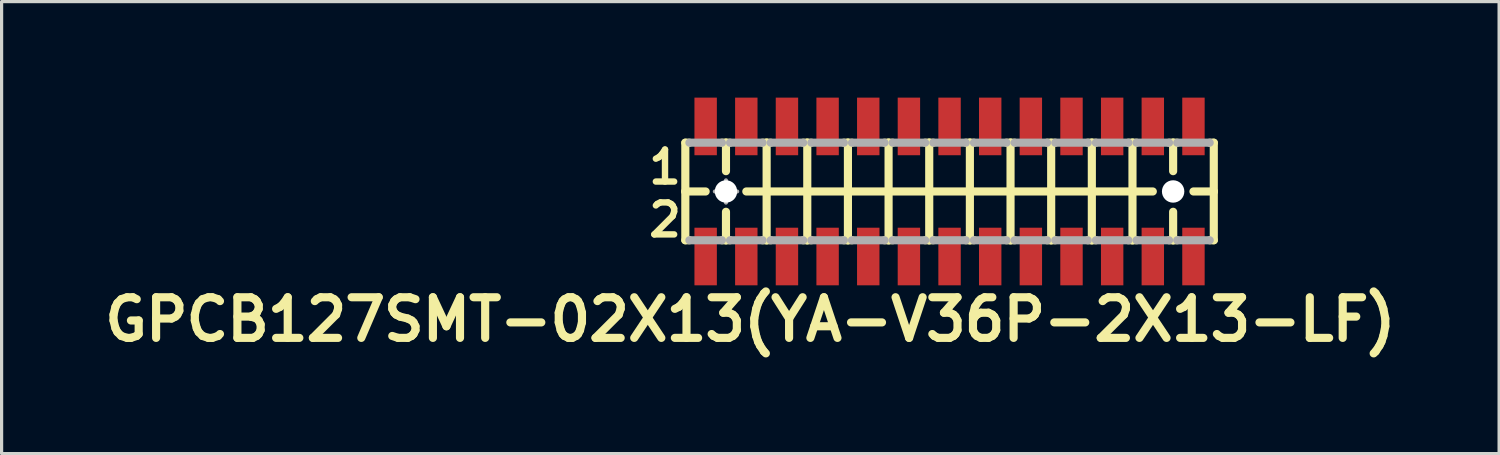
<source format=kicad_pcb>
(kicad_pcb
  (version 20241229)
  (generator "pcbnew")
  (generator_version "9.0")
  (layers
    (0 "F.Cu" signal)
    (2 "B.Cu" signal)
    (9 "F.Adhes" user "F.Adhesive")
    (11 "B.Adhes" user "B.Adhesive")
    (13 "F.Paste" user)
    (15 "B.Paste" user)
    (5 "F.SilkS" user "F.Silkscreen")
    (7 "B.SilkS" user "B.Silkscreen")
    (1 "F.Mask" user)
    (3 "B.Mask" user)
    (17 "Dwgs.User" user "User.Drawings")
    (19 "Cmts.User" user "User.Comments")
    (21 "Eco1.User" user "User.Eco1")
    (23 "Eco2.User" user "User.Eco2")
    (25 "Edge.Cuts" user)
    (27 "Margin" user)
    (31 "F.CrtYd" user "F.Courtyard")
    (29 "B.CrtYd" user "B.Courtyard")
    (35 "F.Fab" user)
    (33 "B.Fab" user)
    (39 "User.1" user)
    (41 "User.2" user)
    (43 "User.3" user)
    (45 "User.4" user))
  (footprint "GPCB127SMT-02X13(YA-V36P-2X13-LF)"
    (layer "F.Cu")
    (at 26.616 2.932)
    (property "Reference" "GPCB127SMT-02X13(YA-V36P-2X13-LF)" (at -6.223 4 0) (layer "F.SilkS") (effects (font (size 1.27 1.27) (thickness 0.254))))
    (attr smd)
    (fp_line (start -8.255 -1.524) (end -8.255 0) (stroke (width 0.254) (type solid)) (layer "F.SilkS"))
    (fp_line (start -8.255 0) (end -8.255 1.524) (stroke (width 0.254) (type solid)) (layer "F.SilkS"))
    (fp_line (start -8.255 0) (end -7.62 0) (stroke (width 0.254) (type solid)) (layer "F.SilkS"))
    (fp_line (start -8.255 1.524) (end -8.128 1.524) (stroke (width 0.254) (type solid)) (layer "F.SilkS"))
    (fp_line (start -8.128 -1.524) (end -8.255 -1.524) (stroke (width 0.254) (type solid)) (layer "F.SilkS"))
    (fp_line (start -7.112 -1.524) (end -6.985 -1.524) (stroke (width 0.254) (type solid)) (layer "F.SilkS"))
    (fp_line (start -7.112 1.524) (end -6.985 1.524) (stroke (width 0.254) (type solid)) (layer "F.SilkS"))
    (fp_line (start -6.985 -1.524) (end -6.858 -1.524) (stroke (width 0.254) (type solid)) (layer "F.SilkS"))
    (fp_line (start -6.985 -0.635) (end -6.985 -1.524) (stroke (width 0.254) (type solid)) (layer "F.SilkS"))
    (fp_line (start -6.985 1.524) (end -6.985 0.635) (stroke (width 0.254) (type solid)) (layer "F.SilkS"))
    (fp_line (start -6.985 1.524) (end -6.858 1.524) (stroke (width 0.254) (type solid)) (layer "F.SilkS"))
    (fp_line (start -6.35 0) (end -5.715 0) (stroke (width 0.254) (type solid)) (layer "F.SilkS"))
    (fp_line (start -5.842 -1.524) (end -5.715 -1.524) (stroke (width 0.254) (type solid)) (layer "F.SilkS"))
    (fp_line (start -5.842 1.524) (end -5.715 1.524) (stroke (width 0.254) (type solid)) (layer "F.SilkS"))
    (fp_line (start -5.715 -1.524) (end -5.588 -1.524) (stroke (width 0.254) (type solid)) (layer "F.SilkS"))
    (fp_line (start -5.715 0) (end -5.715 -1.524) (stroke (width 0.254) (type solid)) (layer "F.SilkS"))
    (fp_line (start -5.715 0) (end -4.445 0) (stroke (width 0.254) (type solid)) (layer "F.SilkS"))
    (fp_line (start -5.715 1.524) (end -5.715 0) (stroke (width 0.254) (type solid)) (layer "F.SilkS"))
    (fp_line (start -5.715 1.524) (end -5.588 1.524) (stroke (width 0.254) (type solid)) (layer "F.SilkS"))
    (fp_line (start -4.572 -1.524) (end -4.445 -1.524) (stroke (width 0.254) (type solid)) (layer "F.SilkS"))
    (fp_line (start -4.572 1.524) (end -4.445 1.524) (stroke (width 0.254) (type solid)) (layer "F.SilkS"))
    (fp_line (start -4.445 -1.524) (end -4.318 -1.524) (stroke (width 0.254) (type solid)) (layer "F.SilkS"))
    (fp_line (start -4.445 0) (end -4.445 -1.524) (stroke (width 0.254) (type solid)) (layer "F.SilkS"))
    (fp_line (start -4.445 0) (end -3.175 0) (stroke (width 0.254) (type solid)) (layer "F.SilkS"))
    (fp_line (start -4.445 1.524) (end -4.445 0) (stroke (width 0.254) (type solid)) (layer "F.SilkS"))
    (fp_line (start -4.445 1.524) (end -4.318 1.524) (stroke (width 0.254) (type solid)) (layer "F.SilkS"))
    (fp_line (start -3.302 -1.524) (end -3.175 -1.524) (stroke (width 0.254) (type solid)) (layer "F.SilkS"))
    (fp_line (start -3.302 1.524) (end -3.175 1.524) (stroke (width 0.254) (type solid)) (layer "F.SilkS"))
    (fp_line (start -3.175 -1.524) (end -3.048 -1.524) (stroke (width 0.254) (type solid)) (layer "F.SilkS"))
    (fp_line (start -3.175 0) (end -3.175 -1.524) (stroke (width 0.254) (type solid)) (layer "F.SilkS"))
    (fp_line (start -3.175 0) (end -1.905 0) (stroke (width 0.254) (type solid)) (layer "F.SilkS"))
    (fp_line (start -3.175 1.524) (end -3.175 0) (stroke (width 0.254) (type solid)) (layer "F.SilkS"))
    (fp_line (start -3.175 1.524) (end -3.048 1.524) (stroke (width 0.254) (type solid)) (layer "F.SilkS"))
    (fp_line (start -2.032 -1.524) (end -1.905 -1.524) (stroke (width 0.254) (type solid)) (layer "F.SilkS"))
    (fp_line (start -2.032 1.524) (end -1.905 1.524) (stroke (width 0.254) (type solid)) (layer "F.SilkS"))
    (fp_line (start -1.905 -1.524) (end -1.778 -1.524) (stroke (width 0.254) (type solid)) (layer "F.SilkS"))
    (fp_line (start -1.905 0) (end -1.905 -1.524) (stroke (width 0.254) (type solid)) (layer "F.SilkS"))
    (fp_line (start -1.905 0) (end -0.635 0) (stroke (width 0.254) (type solid)) (layer "F.SilkS"))
    (fp_line (start -1.905 1.524) (end -1.905 0) (stroke (width 0.254) (type solid)) (layer "F.SilkS"))
    (fp_line (start -1.905 1.524) (end -1.778 1.524) (stroke (width 0.254) (type solid)) (layer "F.SilkS"))
    (fp_line (start -0.762 -1.524) (end -0.635 -1.524) (stroke (width 0.254) (type solid)) (layer "F.SilkS"))
    (fp_line (start -0.762 1.524) (end -0.635 1.524) (stroke (width 0.254) (type solid)) (layer "F.SilkS"))
    (fp_line (start -0.635 -1.524) (end -0.508 -1.524) (stroke (width 0.254) (type solid)) (layer "F.SilkS"))
    (fp_line (start -0.635 0) (end -0.635 -1.524) (stroke (width 0.254) (type solid)) (layer "F.SilkS"))
    (fp_line (start -0.635 0) (end 0.635 0) (stroke (width 0.254) (type solid)) (layer "F.SilkS"))
    (fp_line (start -0.635 1.524) (end -0.635 0) (stroke (width 0.254) (type solid)) (layer "F.SilkS"))
    (fp_line (start -0.635 1.524) (end -0.508 1.524) (stroke (width 0.254) (type solid)) (layer "F.SilkS"))
    (fp_line (start 0.508 -1.524) (end 0.635 -1.524) (stroke (width 0.254) (type solid)) (layer "F.SilkS"))
    (fp_line (start 0.508 1.524) (end 0.635 1.524) (stroke (width 0.254) (type solid)) (layer "F.SilkS"))
    (fp_line (start 0.635 -1.524) (end 0.762 -1.524) (stroke (width 0.254) (type solid)) (layer "F.SilkS"))
    (fp_line (start 0.635 0) (end 0.635 -1.524) (stroke (width 0.254) (type solid)) (layer "F.SilkS"))
    (fp_line (start 0.635 0) (end 1.905 0) (stroke (width 0.254) (type solid)) (layer "F.SilkS"))
    (fp_line (start 0.635 1.524) (end 0.635 0) (stroke (width 0.254) (type solid)) (layer "F.SilkS"))
    (fp_line (start 0.635 1.524) (end 0.762 1.524) (stroke (width 0.254) (type solid)) (layer "F.SilkS"))
    (fp_line (start 1.778 -1.524) (end 1.905 -1.524) (stroke (width 0.254) (type solid)) (layer "F.SilkS"))
    (fp_line (start 1.778 1.524) (end 1.905 1.524) (stroke (width 0.254) (type solid)) (layer "F.SilkS"))
    (fp_line (start 1.905 -1.524) (end 2.032 -1.524) (stroke (width 0.254) (type solid)) (layer "F.SilkS"))
    (fp_line (start 1.905 0) (end 1.905 -1.524) (stroke (width 0.254) (type solid)) (layer "F.SilkS"))
    (fp_line (start 1.905 0) (end 3.175 0) (stroke (width 0.254) (type solid)) (layer "F.SilkS"))
    (fp_line (start 1.905 1.524) (end 1.905 0) (stroke (width 0.254) (type solid)) (layer "F.SilkS"))
    (fp_line (start 1.905 1.524) (end 2.032 1.524) (stroke (width 0.254) (type solid)) (layer "F.SilkS"))
    (fp_line (start 3.048 -1.524) (end 3.302 -1.524) (stroke (width 0.254) (type solid)) (layer "F.SilkS"))
    (fp_line (start 3.048 1.524) (end 3.175 1.524) (stroke (width 0.254) (type solid)) (layer "F.SilkS"))
    (fp_line (start 3.175 0) (end 3.175 -1.524) (stroke (width 0.254) (type solid)) (layer "F.SilkS"))
    (fp_line (start 3.175 0) (end 4.445 0) (stroke (width 0.254) (type solid)) (layer "F.SilkS"))
    (fp_line (start 3.175 1.524) (end 3.175 0) (stroke (width 0.254) (type solid)) (layer "F.SilkS"))
    (fp_line (start 3.175 1.524) (end 3.302 1.524) (stroke (width 0.254) (type solid)) (layer "F.SilkS"))
    (fp_line (start 4.318 -1.524) (end 4.445 -1.524) (stroke (width 0.254) (type solid)) (layer "F.SilkS"))
    (fp_line (start 4.445 -1.524) (end 4.445 0) (stroke (width 0.254) (type solid)) (layer "F.SilkS"))
    (fp_line (start 4.445 0) (end 4.445 1.524) (stroke (width 0.254) (type solid)) (layer "F.SilkS"))
    (fp_line (start 4.445 0) (end 5.715 0) (stroke (width 0.254) (type solid)) (layer "F.SilkS"))
    (fp_line (start 4.445 1.524) (end 4.318 1.524) (stroke (width 0.254) (type solid)) (layer "F.SilkS"))
    (fp_line (start 4.445 1.524) (end 4.572 1.524) (stroke (width 0.254) (type solid)) (layer "F.SilkS"))
    (fp_line (start 4.572 -1.524) (end 4.445 -1.524) (stroke (width 0.254) (type solid)) (layer "F.SilkS"))
    (fp_line (start 5.588 -1.524) (end 5.715 -1.524) (stroke (width 0.254) (type solid)) (layer "F.SilkS"))
    (fp_line (start 5.588 1.524) (end 5.715 1.524) (stroke (width 0.254) (type solid)) (layer "F.SilkS"))
    (fp_line (start 5.715 -1.524) (end 5.842 -1.524) (stroke (width 0.254) (type solid)) (layer "F.SilkS"))
    (fp_line (start 5.715 0) (end 5.715 -1.524) (stroke (width 0.254) (type solid)) (layer "F.SilkS"))
    (fp_line (start 5.715 0) (end 6.35 0) (stroke (width 0.254) (type solid)) (layer "F.SilkS"))
    (fp_line (start 5.715 1.524) (end 5.715 0) (stroke (width 0.254) (type solid)) (layer "F.SilkS"))
    (fp_line (start 5.715 1.524) (end 5.842 1.524) (stroke (width 0.254) (type solid)) (layer "F.SilkS"))
    (fp_line (start 6.858 -1.524) (end 6.985 -1.524) (stroke (width 0.254) (type solid)) (layer "F.SilkS"))
    (fp_line (start 6.858 1.524) (end 6.985 1.524) (stroke (width 0.254) (type solid)) (layer "F.SilkS"))
    (fp_line (start 6.985 -1.524) (end 7.112 -1.524) (stroke (width 0.254) (type solid)) (layer "F.SilkS"))
    (fp_line (start 6.985 -0.635) (end 6.985 -1.524) (stroke (width 0.254) (type solid)) (layer "F.SilkS"))
    (fp_line (start 6.985 1.524) (end 6.985 0.635) (stroke (width 0.254) (type solid)) (layer "F.SilkS"))
    (fp_line (start 6.985 1.524) (end 7.112 1.524) (stroke (width 0.254) (type solid)) (layer "F.SilkS"))
    (fp_line (start 7.62 0) (end 8.255 0) (stroke (width 0.254) (type solid)) (layer "F.SilkS"))
    (fp_line (start 8.128 -1.524) (end 8.255 -1.524) (stroke (width 0.254) (type solid)) (layer "F.SilkS"))
    (fp_line (start 8.128 1.524) (end 8.255 1.524) (stroke (width 0.254) (type solid)) (layer "F.SilkS"))
    (fp_line (start 8.255 0) (end 8.255 -1.524) (stroke (width 0.254) (type solid)) (layer "F.SilkS"))
    (fp_line (start 8.255 1.524) (end 8.255 0) (stroke (width 0.254) (type solid)) (layer "F.SilkS"))
    (fp_line (start -8.128 -1.524) (end -7.112 -1.524) (stroke (width 0.254) (type solid)) (layer "F.Fab"))
    (fp_line (start -8.128 1.524) (end -7.112 1.524) (stroke (width 0.254) (type solid)) (layer "F.Fab"))
    (fp_line (start -7.333 0) (end -6.634 0) (stroke (width 0.127) (type solid)) (layer "F.Fab"))
    (fp_line (start -6.985 0.348) (end -6.985 -0.348) (stroke (width 0.127) (type solid)) (layer "F.Fab"))
    (fp_line (start -6.858 -1.524) (end -5.842 -1.524) (stroke (width 0.254) (type solid)) (layer "F.Fab"))
    (fp_line (start -6.858 1.524) (end -5.842 1.524) (stroke (width 0.254) (type solid)) (layer "F.Fab"))
    (fp_line (start -5.588 -1.524) (end -4.572 -1.524) (stroke (width 0.254) (type solid)) (layer "F.Fab"))
    (fp_line (start -5.588 1.524) (end -4.572 1.524) (stroke (width 0.254) (type solid)) (layer "F.Fab"))
    (fp_line (start -4.318 -1.524) (end -3.302 -1.524) (stroke (width 0.254) (type solid)) (layer "F.Fab"))
    (fp_line (start -4.318 1.524) (end -3.302 1.524) (stroke (width 0.254) (type solid)) (layer "F.Fab"))
    (fp_line (start -3.048 -1.524) (end -2.032 -1.524) (stroke (width 0.254) (type solid)) (layer "F.Fab"))
    (fp_line (start -3.048 1.524) (end -2.032 1.524) (stroke (width 0.254) (type solid)) (layer "F.Fab"))
    (fp_line (start -1.778 -1.524) (end -0.762 -1.524) (stroke (width 0.254) (type solid)) (layer "F.Fab"))
    (fp_line (start -1.778 1.524) (end -0.762 1.524) (stroke (width 0.254) (type solid)) (layer "F.Fab"))
    (fp_line (start -0.508 -1.524) (end 0.508 -1.524) (stroke (width 0.254) (type solid)) (layer "F.Fab"))
    (fp_line (start -0.508 1.524) (end 0.508 1.524) (stroke (width 0.254) (type solid)) (layer "F.Fab"))
    (fp_line (start 0.762 -1.524) (end 1.778 -1.524) (stroke (width 0.254) (type solid)) (layer "F.Fab"))
    (fp_line (start 0.762 1.524) (end 1.778 1.524) (stroke (width 0.254) (type solid)) (layer "F.Fab"))
    (fp_line (start 2.032 -1.524) (end 3.048 -1.524) (stroke (width 0.254) (type solid)) (layer "F.Fab"))
    (fp_line (start 2.032 1.524) (end 3.048 1.524) (stroke (width 0.254) (type solid)) (layer "F.Fab"))
    (fp_line (start 3.302 -1.524) (end 4.318 -1.524) (stroke (width 0.254) (type solid)) (layer "F.Fab"))
    (fp_line (start 3.302 1.524) (end 4.318 1.524) (stroke (width 0.254) (type solid)) (layer "F.Fab"))
    (fp_line (start 4.572 -1.524) (end 5.588 -1.524) (stroke (width 0.254) (type solid)) (layer "F.Fab"))
    (fp_line (start 4.572 1.524) (end 5.588 1.524) (stroke (width 0.254) (type solid)) (layer "F.Fab"))
    (fp_line (start 5.842 -1.524) (end 6.858 -1.524) (stroke (width 0.254) (type solid)) (layer "F.Fab"))
    (fp_line (start 5.842 1.524) (end 6.858 1.524) (stroke (width 0.254) (type solid)) (layer "F.Fab"))
    (fp_line (start 7.112 -1.524) (end 8.128 -1.524) (stroke (width 0.254) (type solid)) (layer "F.Fab"))
    (fp_line (start 7.112 1.524) (end 8.128 1.524) (stroke (width 0.254) (type solid)) (layer "F.Fab"))
    (fp_circle (center -6.985 0) (end -7.158 0.173) (stroke (width 0.127) (type solid)) (fill no) (layer "F.Fab"))
    (fp_text user "2" (at -8.89 0.889 0) (layer "F.SilkS") (effects (font (size 1 1) (thickness 0.2))))
    (fp_text user "1" (at -8.89 -0.762 0) (layer "F.SilkS") (effects (font (size 1 1) (thickness 0.2))))
    (pad "" np_thru_hole circle (at -6.985 0 90) (size 0.7 0.7) (drill 0.7) (layers "*.Cu" "*.Mask"))
    (pad "" np_thru_hole circle (at 6.985 0 90) (size 0.7 0.7) (drill 0.7) (layers "*.Cu" "*.Mask"))
    (pad "1" smd rect (at -7.62 -2.032 270) (size 1.8 0.7) (layers "F.Cu" "F.Mask" "F.Paste"))
    (pad "2" smd rect (at -7.62 2.032 270) (size 1.8 0.7) (layers "F.Cu" "F.Mask" "F.Paste"))
    (pad "3" smd rect (at -6.35 -2.032 270) (size 1.8 0.7) (layers "F.Cu" "F.Mask" "F.Paste"))
    (pad "4" smd rect (at -6.35 2.032 270) (size 1.8 0.7) (layers "F.Cu" "F.Mask" "F.Paste"))
    (pad "5" smd rect (at -5.08 -2.032 270) (size 1.8 0.7) (layers "F.Cu" "F.Mask" "F.Paste"))
    (pad "6" smd rect (at -5.08 2.032 270) (size 1.8 0.7) (layers "F.Cu" "F.Mask" "F.Paste"))
    (pad "7" smd rect (at -3.81 -2.032 270) (size 1.8 0.7) (layers "F.Cu" "F.Mask" "F.Paste"))
    (pad "8" smd rect (at -3.81 2.032 270) (size 1.8 0.7) (layers "F.Cu" "F.Mask" "F.Paste"))
    (pad "9" smd rect (at -2.54 -2.032 270) (size 1.8 0.7) (layers "F.Cu" "F.Mask" "F.Paste"))
    (pad "10" smd rect (at -2.54 2.032 270) (size 1.8 0.7) (layers "F.Cu" "F.Mask" "F.Paste"))
    (pad "11" smd rect (at -1.27 -2.032 270) (size 1.8 0.7) (layers "F.Cu" "F.Mask" "F.Paste"))
    (pad "12" smd rect (at -1.27 2.032 270) (size 1.8 0.7) (layers "F.Cu" "F.Mask" "F.Paste"))
    (pad "13" smd rect (at 0 -2.032 90) (size 1.8 0.7) (layers "F.Cu" "F.Mask" "F.Paste"))
    (pad "14" smd rect (at 0 2.032 90) (size 1.8 0.7) (layers "F.Cu" "F.Mask" "F.Paste"))
    (pad "15" smd rect (at 1.27 -2.032 90) (size 1.8 0.7) (layers "F.Cu" "F.Mask" "F.Paste"))
    (pad "16" smd rect (at 1.27 2.032 90) (size 1.8 0.7) (layers "F.Cu" "F.Mask" "F.Paste"))
    (pad "17" smd rect (at 2.54 -2.032 90) (size 1.8 0.7) (layers "F.Cu" "F.Mask" "F.Paste"))
    (pad "18" smd rect (at 2.54 2.032 90) (size 1.8 0.7) (layers "F.Cu" "F.Mask" "F.Paste"))
    (pad "19" smd rect (at 3.81 -2.032 90) (size 1.8 0.7) (layers "F.Cu" "F.Mask" "F.Paste"))
    (pad "20" smd rect (at 3.81 2.032 90) (size 1.8 0.7) (layers "F.Cu" "F.Mask" "F.Paste"))
    (pad "21" smd rect (at 5.08 -2.032 270) (size 1.8 0.7) (layers "F.Cu" "F.Mask" "F.Paste"))
    (pad "22" smd rect (at 5.08 2.032 270) (size 1.8 0.7) (layers "F.Cu" "F.Mask" "F.Paste"))
    (pad "23" smd rect (at 6.35 -2.032 270) (size 1.8 0.7) (layers "F.Cu" "F.Mask" "F.Paste"))
    (pad "24" smd rect (at 6.35 2.032 270) (size 1.8 0.7) (layers "F.Cu" "F.Mask" "F.Paste"))
    (pad "25" smd rect (at 7.62 -2.032 270) (size 1.8 0.7) (layers "F.Cu" "F.Mask" "F.Paste"))
    (pad "26" smd rect (at 7.62 2.032 270) (size 1.8 0.7) (layers "F.Cu" "F.Mask" "F.Paste")))
  (gr_rect
    (start -3 -3)
    (end 43.785 11.121)
    (stroke (width 0.1) (type default))
    (fill no)
    (layer "Edge.Cuts")))
</source>
